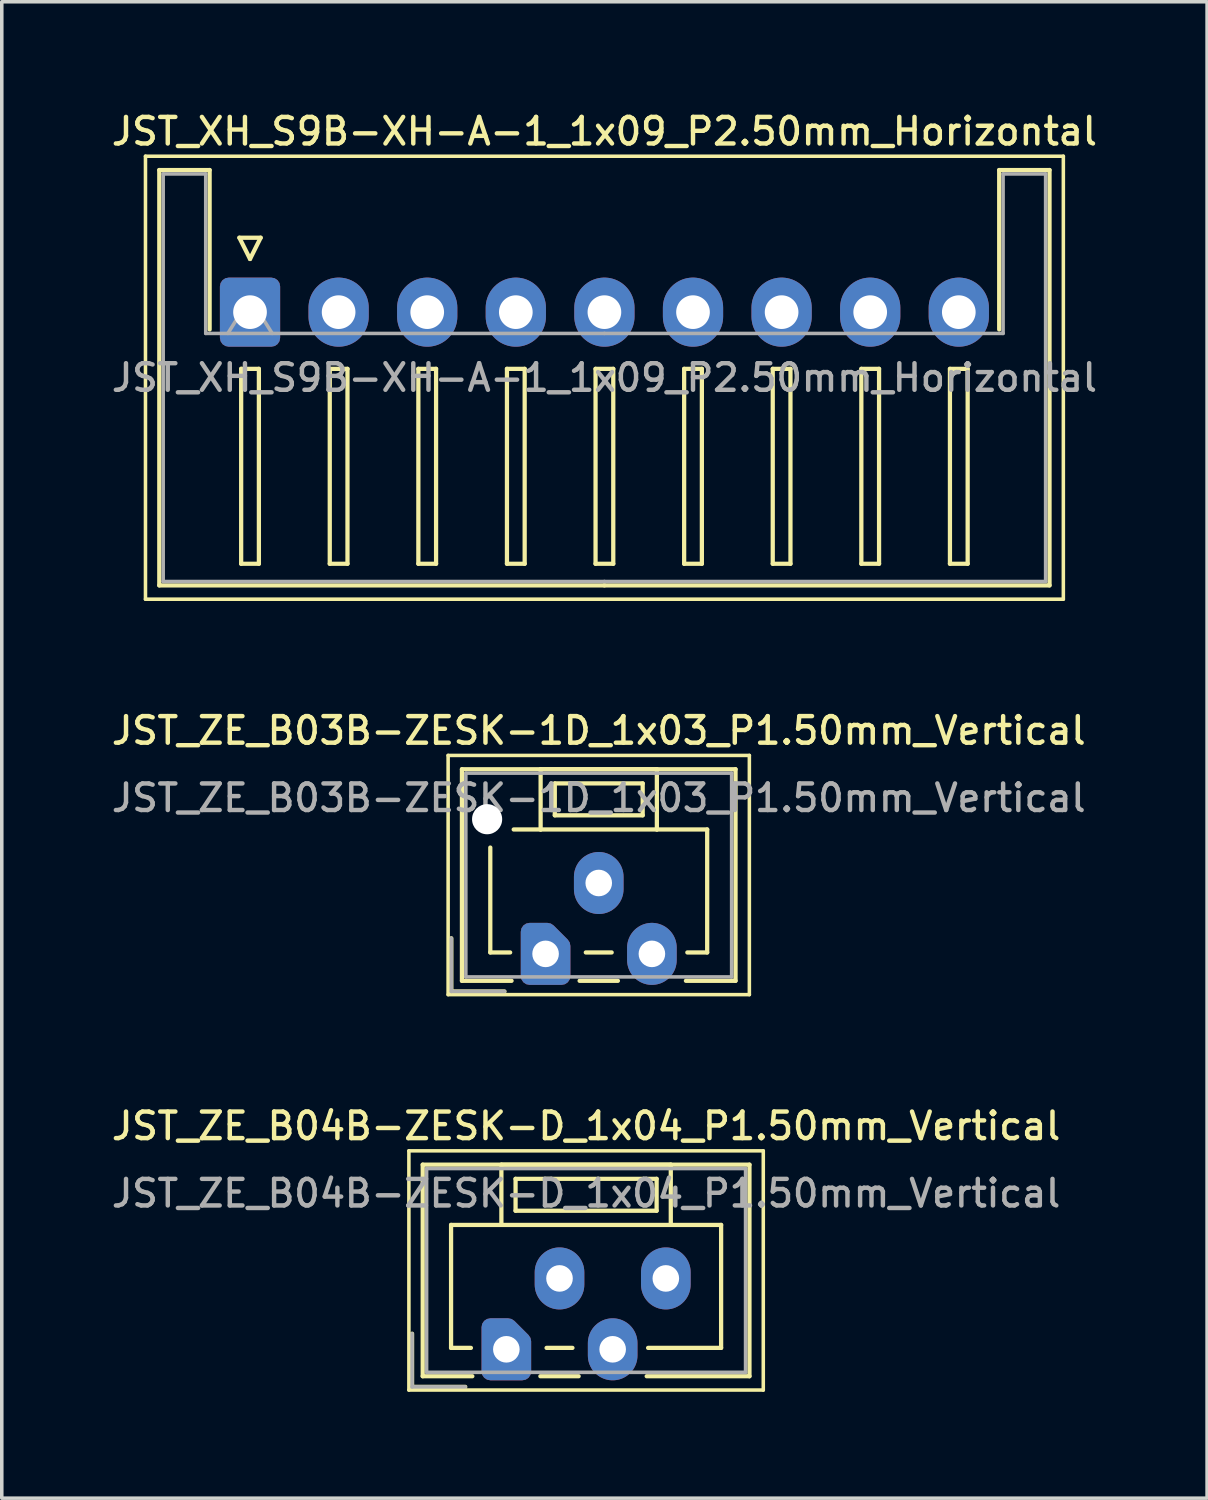
<source format=kicad_pcb>
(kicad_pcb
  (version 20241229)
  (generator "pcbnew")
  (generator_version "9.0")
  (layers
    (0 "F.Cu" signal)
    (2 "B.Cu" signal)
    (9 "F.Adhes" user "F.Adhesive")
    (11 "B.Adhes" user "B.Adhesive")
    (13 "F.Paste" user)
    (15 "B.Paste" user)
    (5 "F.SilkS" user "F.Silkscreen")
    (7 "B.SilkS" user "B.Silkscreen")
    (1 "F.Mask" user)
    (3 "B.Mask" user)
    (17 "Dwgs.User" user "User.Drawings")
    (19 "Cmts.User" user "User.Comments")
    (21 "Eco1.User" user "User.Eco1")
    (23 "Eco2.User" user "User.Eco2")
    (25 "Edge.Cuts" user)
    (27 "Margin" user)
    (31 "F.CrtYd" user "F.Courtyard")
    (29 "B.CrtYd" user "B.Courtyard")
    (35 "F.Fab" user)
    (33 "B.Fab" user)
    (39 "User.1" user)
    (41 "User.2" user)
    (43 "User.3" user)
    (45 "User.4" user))
  (footprint "JST_ZE_B03B-ZESK-1D_1x03_P1.50mm_Vertical"
    (layer "F.Cu")
    (at 12.345 23.866)
    (property "Reference" "JST_ZE_B03B-ZESK-1D_1x03_P1.50mm_Vertical" (at 1.5 -6.3 0) (layer "F.SilkS") (effects (font (size 0.75 0.75) (thickness 0.125))))
    (attr through_hole)
    (fp_line (start -2.75 -5.6) (end -2.75 1.15) (stroke (width 0.1) (type solid)) (layer "F.SilkS"))
    (fp_line (start -2.75 1.15) (end 5.75 1.15) (stroke (width 0.1) (type solid)) (layer "F.SilkS"))
    (fp_line (start -2.66 -0.44) (end -2.66 1.06) (stroke (width 0.12) (type solid)) (layer "F.SilkS"))
    (fp_line (start -2.66 1.06) (end -1.16 1.06) (stroke (width 0.12) (type solid)) (layer "F.SilkS"))
    (fp_line (start -2.36 -5.21) (end 5.36 -5.21) (stroke (width 0.12) (type solid)) (layer "F.SilkS"))
    (fp_line (start -2.36 0.76) (end -2.36 -5.21) (stroke (width 0.12) (type solid)) (layer "F.SilkS"))
    (fp_line (start -1.56 -3) (end -1.56 -0.04) (stroke (width 0.12) (type solid)) (layer "F.SilkS"))
    (fp_line (start -1.56 -0.04) (end -1 -0.04) (stroke (width 0.12) (type solid)) (layer "F.SilkS"))
    (fp_line (start -0.96 0.76) (end -2.36 0.76) (stroke (width 0.12) (type solid)) (layer "F.SilkS"))
    (fp_line (start -0.14 -5.21) (end -0.14 -3.51) (stroke (width 0.12) (type solid)) (layer "F.SilkS"))
    (fp_line (start -0.14 -3.51) (end -0.9 -3.51) (stroke (width 0.12) (type solid)) (layer "F.SilkS"))
    (fp_line (start -0.14 -3.51) (end 3.14 -3.51) (stroke (width 0.12) (type solid)) (layer "F.SilkS"))
    (fp_line (start 0.26 -4.81) (end 0.26 -3.91) (stroke (width 0.12) (type solid)) (layer "F.SilkS"))
    (fp_line (start 0.26 -3.91) (end 2.74 -3.91) (stroke (width 0.12) (type solid)) (layer "F.SilkS"))
    (fp_line (start 0.96 0.76) (end 2.04 0.76) (stroke (width 0.12) (type solid)) (layer "F.SilkS"))
    (fp_line (start 1.135 -0.04) (end 1.865 -0.04) (stroke (width 0.12) (type solid)) (layer "F.SilkS"))
    (fp_line (start 2.74 -4.81) (end 0.26 -4.81) (stroke (width 0.12) (type solid)) (layer "F.SilkS"))
    (fp_line (start 2.74 -3.91) (end 2.74 -4.81) (stroke (width 0.12) (type solid)) (layer "F.SilkS"))
    (fp_line (start 3.14 -5.21) (end -0.14 -5.21) (stroke (width 0.12) (type solid)) (layer "F.SilkS"))
    (fp_line (start 3.14 -3.51) (end 3.14 -5.21) (stroke (width 0.12) (type solid)) (layer "F.SilkS"))
    (fp_line (start 3.14 -3.51) (end 4.56 -3.51) (stroke (width 0.12) (type solid)) (layer "F.SilkS"))
    (fp_line (start 4.56 -3.51) (end 4.56 -0.04) (stroke (width 0.12) (type solid)) (layer "F.SilkS"))
    (fp_line (start 4.56 -0.04) (end 4 -0.04) (stroke (width 0.12) (type solid)) (layer "F.SilkS"))
    (fp_line (start 5.36 -5.21) (end 5.36 0.76) (stroke (width 0.12) (type solid)) (layer "F.SilkS"))
    (fp_line (start 5.36 0.76) (end 3.96 0.76) (stroke (width 0.12) (type solid)) (layer "F.SilkS"))
    (fp_line (start 5.75 -5.6) (end -2.75 -5.6) (stroke (width 0.1) (type solid)) (layer "F.SilkS"))
    (fp_line (start 5.75 1.15) (end 5.75 -5.6) (stroke (width 0.1) (type solid)) (layer "F.SilkS"))
    (fp_line (start -2.66 -0.44) (end -2.66 1.06) (stroke (width 0.1) (type solid)) (layer "F.Fab"))
    (fp_line (start -2.66 1.06) (end -1.16 1.06) (stroke (width 0.1) (type solid)) (layer "F.Fab"))
    (fp_line (start -2.25 -5.1) (end -2.25 0.65) (stroke (width 0.1) (type solid)) (layer "F.Fab"))
    (fp_line (start -2.25 0.65) (end 5.25 0.65) (stroke (width 0.1) (type solid)) (layer "F.Fab"))
    (fp_line (start 5.25 -5.1) (end -2.25 -5.1) (stroke (width 0.1) (type solid)) (layer "F.Fab"))
    (fp_line (start 5.25 0.65) (end 5.25 -5.1) (stroke (width 0.1) (type solid)) (layer "F.Fab"))
    (fp_text user "${REFERENCE}" (at 1.5 -4.4 0) (layer "F.Fab") (effects (font (size 0.75 0.75) (thickness 0.125))))
    (pad "" np_thru_hole circle (at -1.65 -3.8) (size 0.85 0.85) (drill 0.85) (layers "*.Cu" "*.Mask"))
    (pad "1" thru_hole custom (at 0 0) (size 1.117 1.117) (drill 0.75) (layers "*.Cu" "*.Mask") (options (anchor circle)) (primitives (gr_poly (pts (xy 0.45 -0.225) (xy 0.45 0.625) (xy -0.45 0.625) (xy -0.45 -0.625) (xy 0.05 -0.625)) (width 0.5) (fill yes))))
    (pad "2" thru_hole oval (at 1.5 -2) (size 1.4 1.75) (drill 0.75) (layers "*.Cu" "*.Mask"))
    (pad "3" thru_hole oval (at 3 0) (size 1.4 1.75) (drill 0.75) (layers "*.Cu" "*.Mask")))
  (footprint "JST_ZE_B04B-ZESK-D_1x04_P1.50mm_Vertical"
    (layer "F.Cu")
    (at 11.238 35.024)
    (property "Reference" "JST_ZE_B04B-ZESK-D_1x04_P1.50mm_Vertical" (at 2.25 -6.3 0) (layer "F.SilkS") (effects (font (size 0.75 0.75) (thickness 0.125))))
    (attr through_hole)
    (fp_line (start -2.75 -5.6) (end -2.75 1.15) (stroke (width 0.1) (type solid)) (layer "F.SilkS"))
    (fp_line (start -2.75 1.15) (end 7.25 1.15) (stroke (width 0.1) (type solid)) (layer "F.SilkS"))
    (fp_line (start -2.66 -0.44) (end -2.66 1.06) (stroke (width 0.12) (type solid)) (layer "F.SilkS"))
    (fp_line (start -2.66 1.06) (end -1.16 1.06) (stroke (width 0.12) (type solid)) (layer "F.SilkS"))
    (fp_line (start -2.36 -5.21) (end 6.86 -5.21) (stroke (width 0.12) (type solid)) (layer "F.SilkS"))
    (fp_line (start -2.36 0.76) (end -2.36 -5.21) (stroke (width 0.12) (type solid)) (layer "F.SilkS"))
    (fp_line (start -1.56 -3.51) (end -1.56 -0.04) (stroke (width 0.12) (type solid)) (layer "F.SilkS"))
    (fp_line (start -1.56 -0.04) (end -1 -0.04) (stroke (width 0.12) (type solid)) (layer "F.SilkS"))
    (fp_line (start -0.96 0.76) (end -2.36 0.76) (stroke (width 0.12) (type solid)) (layer "F.SilkS"))
    (fp_line (start -0.14 -5.21) (end -0.14 -3.51) (stroke (width 0.12) (type solid)) (layer "F.SilkS"))
    (fp_line (start -0.14 -3.51) (end -1.56 -3.51) (stroke (width 0.12) (type solid)) (layer "F.SilkS"))
    (fp_line (start -0.14 -3.51) (end 4.64 -3.51) (stroke (width 0.12) (type solid)) (layer "F.SilkS"))
    (fp_line (start 0.26 -4.81) (end 0.26 -3.91) (stroke (width 0.12) (type solid)) (layer "F.SilkS"))
    (fp_line (start 0.26 -3.91) (end 4.24 -3.91) (stroke (width 0.12) (type solid)) (layer "F.SilkS"))
    (fp_line (start 0.96 0.76) (end 2.04 0.76) (stroke (width 0.12) (type solid)) (layer "F.SilkS"))
    (fp_line (start 1.135 -0.04) (end 1.865 -0.04) (stroke (width 0.12) (type solid)) (layer "F.SilkS"))
    (fp_line (start 4.24 -4.81) (end 0.26 -4.81) (stroke (width 0.12) (type solid)) (layer "F.SilkS"))
    (fp_line (start 4.24 -3.91) (end 4.24 -4.81) (stroke (width 0.12) (type solid)) (layer "F.SilkS"))
    (fp_line (start 4.64 -5.21) (end -0.14 -5.21) (stroke (width 0.12) (type solid)) (layer "F.SilkS"))
    (fp_line (start 4.64 -3.51) (end 4.64 -5.21) (stroke (width 0.12) (type solid)) (layer "F.SilkS"))
    (fp_line (start 4.64 -3.51) (end 6.06 -3.51) (stroke (width 0.12) (type solid)) (layer "F.SilkS"))
    (fp_line (start 6.06 -3.51) (end 6.06 -0.04) (stroke (width 0.12) (type solid)) (layer "F.SilkS"))
    (fp_line (start 6.06 -0.04) (end 4 -0.04) (stroke (width 0.12) (type solid)) (layer "F.SilkS"))
    (fp_line (start 6.86 -5.21) (end 6.86 0.76) (stroke (width 0.12) (type solid)) (layer "F.SilkS"))
    (fp_line (start 6.86 0.76) (end 3.96 0.76) (stroke (width 0.12) (type solid)) (layer "F.SilkS"))
    (fp_line (start 7.25 -5.6) (end -2.75 -5.6) (stroke (width 0.1) (type solid)) (layer "F.SilkS"))
    (fp_line (start 7.25 1.15) (end 7.25 -5.6) (stroke (width 0.1) (type solid)) (layer "F.SilkS"))
    (fp_line (start -2.66 -0.44) (end -2.66 1.06) (stroke (width 0.1) (type solid)) (layer "F.Fab"))
    (fp_line (start -2.66 1.06) (end -1.16 1.06) (stroke (width 0.1) (type solid)) (layer "F.Fab"))
    (fp_line (start -2.25 -5.1) (end -2.25 0.65) (stroke (width 0.1) (type solid)) (layer "F.Fab"))
    (fp_line (start -2.25 0.65) (end 6.75 0.65) (stroke (width 0.1) (type solid)) (layer "F.Fab"))
    (fp_line (start 6.75 -5.1) (end -2.25 -5.1) (stroke (width 0.1) (type solid)) (layer "F.Fab"))
    (fp_line (start 6.75 0.65) (end 6.75 -5.1) (stroke (width 0.1) (type solid)) (layer "F.Fab"))
    (fp_text user "${REFERENCE}" (at 2.25 -4.4 0) (layer "F.Fab") (effects (font (size 0.75 0.75) (thickness 0.125))))
    (pad "1" thru_hole custom (at 0 0) (size 1.117 1.117) (drill 0.75) (layers "*.Cu" "*.Mask") (options (anchor circle)) (primitives (gr_poly (pts (xy 0.45 -0.225) (xy 0.45 0.625) (xy -0.45 0.625) (xy -0.45 -0.625) (xy 0.05 -0.625)) (width 0.5) (fill yes))))
    (pad "2" thru_hole oval (at 1.5 -2) (size 1.4 1.75) (drill 0.75) (layers "*.Cu" "*.Mask"))
    (pad "3" thru_hole oval (at 3 0) (size 1.4 1.75) (drill 0.75) (layers "*.Cu" "*.Mask"))
    (pad "4" thru_hole oval (at 4.5 -2) (size 1.4 1.75) (drill 0.75) (layers "*.Cu" "*.Mask")))
  (footprint "JST_XH_S9B-XH-A-1_1x09_P2.50mm_Horizontal"
    (layer "F.Cu")
    (at 4.005 5.758)
    (property "Reference" "JST_XH_S9B-XH-A-1_1x09_P2.50mm_Horizontal" (at 10 -5.1 0) (layer "F.SilkS") (effects (font (size 0.75 0.75) (thickness 0.125))))
    (attr through_hole)
    (fp_line (start -2.95 -4.4) (end -2.95 8.1) (stroke (width 0.1) (type solid)) (layer "F.SilkS"))
    (fp_line (start -2.95 8.1) (end 22.95 8.1) (stroke (width 0.1) (type solid)) (layer "F.SilkS"))
    (fp_line (start -2.56 -4.01) (end -1.14 -4.01) (stroke (width 0.12) (type solid)) (layer "F.SilkS"))
    (fp_line (start -2.56 7.71) (end -2.56 -4.01) (stroke (width 0.12) (type solid)) (layer "F.SilkS"))
    (fp_line (start -1.14 -4.01) (end -1.14 0.49) (stroke (width 0.12) (type solid)) (layer "F.SilkS"))
    (fp_line (start -0.3 -2.1) (end 0.3 -2.1) (stroke (width 0.12) (type solid)) (layer "F.SilkS"))
    (fp_line (start -0.25 1.6) (end -0.25 7.1) (stroke (width 0.12) (type solid)) (layer "F.SilkS"))
    (fp_line (start -0.25 7.1) (end 0.25 7.1) (stroke (width 0.12) (type solid)) (layer "F.SilkS"))
    (fp_line (start 0 -1.5) (end -0.3 -2.1) (stroke (width 0.12) (type solid)) (layer "F.SilkS"))
    (fp_line (start 0.25 1.6) (end -0.25 1.6) (stroke (width 0.12) (type solid)) (layer "F.SilkS"))
    (fp_line (start 0.25 7.1) (end 0.25 1.6) (stroke (width 0.12) (type solid)) (layer "F.SilkS"))
    (fp_line (start 0.3 -2.1) (end 0 -1.5) (stroke (width 0.12) (type solid)) (layer "F.SilkS"))
    (fp_line (start 2.25 1.6) (end 2.25 7.1) (stroke (width 0.12) (type solid)) (layer "F.SilkS"))
    (fp_line (start 2.25 7.1) (end 2.75 7.1) (stroke (width 0.12) (type solid)) (layer "F.SilkS"))
    (fp_line (start 2.75 1.6) (end 2.25 1.6) (stroke (width 0.12) (type solid)) (layer "F.SilkS"))
    (fp_line (start 2.75 7.1) (end 2.75 1.6) (stroke (width 0.12) (type solid)) (layer "F.SilkS"))
    (fp_line (start 4.75 1.6) (end 4.75 7.1) (stroke (width 0.12) (type solid)) (layer "F.SilkS"))
    (fp_line (start 4.75 7.1) (end 5.25 7.1) (stroke (width 0.12) (type solid)) (layer "F.SilkS"))
    (fp_line (start 5.25 1.6) (end 4.75 1.6) (stroke (width 0.12) (type solid)) (layer "F.SilkS"))
    (fp_line (start 5.25 7.1) (end 5.25 1.6) (stroke (width 0.12) (type solid)) (layer "F.SilkS"))
    (fp_line (start 7.25 1.6) (end 7.25 7.1) (stroke (width 0.12) (type solid)) (layer "F.SilkS"))
    (fp_line (start 7.25 7.1) (end 7.75 7.1) (stroke (width 0.12) (type solid)) (layer "F.SilkS"))
    (fp_line (start 7.75 1.6) (end 7.25 1.6) (stroke (width 0.12) (type solid)) (layer "F.SilkS"))
    (fp_line (start 7.75 7.1) (end 7.75 1.6) (stroke (width 0.12) (type solid)) (layer "F.SilkS"))
    (fp_line (start 9.75 1.6) (end 9.75 7.1) (stroke (width 0.12) (type solid)) (layer "F.SilkS"))
    (fp_line (start 9.75 7.1) (end 10.25 7.1) (stroke (width 0.12) (type solid)) (layer "F.SilkS"))
    (fp_line (start 10 7.71) (end -2.56 7.71) (stroke (width 0.12) (type solid)) (layer "F.SilkS"))
    (fp_line (start 10 7.71) (end 22.56 7.71) (stroke (width 0.12) (type solid)) (layer "F.SilkS"))
    (fp_line (start 10.25 1.6) (end 9.75 1.6) (stroke (width 0.12) (type solid)) (layer "F.SilkS"))
    (fp_line (start 10.25 7.1) (end 10.25 1.6) (stroke (width 0.12) (type solid)) (layer "F.SilkS"))
    (fp_line (start 12.25 1.6) (end 12.25 7.1) (stroke (width 0.12) (type solid)) (layer "F.SilkS"))
    (fp_line (start 12.25 7.1) (end 12.75 7.1) (stroke (width 0.12) (type solid)) (layer "F.SilkS"))
    (fp_line (start 12.75 1.6) (end 12.25 1.6) (stroke (width 0.12) (type solid)) (layer "F.SilkS"))
    (fp_line (start 12.75 7.1) (end 12.75 1.6) (stroke (width 0.12) (type solid)) (layer "F.SilkS"))
    (fp_line (start 14.75 1.6) (end 14.75 7.1) (stroke (width 0.12) (type solid)) (layer "F.SilkS"))
    (fp_line (start 14.75 7.1) (end 15.25 7.1) (stroke (width 0.12) (type solid)) (layer "F.SilkS"))
    (fp_line (start 15.25 1.6) (end 14.75 1.6) (stroke (width 0.12) (type solid)) (layer "F.SilkS"))
    (fp_line (start 15.25 7.1) (end 15.25 1.6) (stroke (width 0.12) (type solid)) (layer "F.SilkS"))
    (fp_line (start 17.25 1.6) (end 17.25 7.1) (stroke (width 0.12) (type solid)) (layer "F.SilkS"))
    (fp_line (start 17.25 7.1) (end 17.75 7.1) (stroke (width 0.12) (type solid)) (layer "F.SilkS"))
    (fp_line (start 17.75 1.6) (end 17.25 1.6) (stroke (width 0.12) (type solid)) (layer "F.SilkS"))
    (fp_line (start 17.75 7.1) (end 17.75 1.6) (stroke (width 0.12) (type solid)) (layer "F.SilkS"))
    (fp_line (start 19.75 1.6) (end 19.75 7.1) (stroke (width 0.12) (type solid)) (layer "F.SilkS"))
    (fp_line (start 19.75 7.1) (end 20.25 7.1) (stroke (width 0.12) (type solid)) (layer "F.SilkS"))
    (fp_line (start 20.25 1.6) (end 19.75 1.6) (stroke (width 0.12) (type solid)) (layer "F.SilkS"))
    (fp_line (start 20.25 7.1) (end 20.25 1.6) (stroke (width 0.12) (type solid)) (layer "F.SilkS"))
    (fp_line (start 21.14 -4.01) (end 21.14 0.49) (stroke (width 0.12) (type solid)) (layer "F.SilkS"))
    (fp_line (start 22.56 -4.01) (end 21.14 -4.01) (stroke (width 0.12) (type solid)) (layer "F.SilkS"))
    (fp_line (start 22.56 7.71) (end 22.56 -4.01) (stroke (width 0.12) (type solid)) (layer "F.SilkS"))
    (fp_line (start 22.95 -4.4) (end -2.95 -4.4) (stroke (width 0.1) (type solid)) (layer "F.SilkS"))
    (fp_line (start 22.95 8.1) (end 22.95 -4.4) (stroke (width 0.1) (type solid)) (layer "F.SilkS"))
    (fp_line (start -2.45 -3.9) (end -1.25 -3.9) (stroke (width 0.1) (type solid)) (layer "F.Fab"))
    (fp_line (start -2.45 7.6) (end -2.45 -3.9) (stroke (width 0.1) (type solid)) (layer "F.Fab"))
    (fp_line (start -1.25 -3.9) (end -1.25 0.6) (stroke (width 0.1) (type solid)) (layer "F.Fab"))
    (fp_line (start -1.25 0.6) (end 10 0.6) (stroke (width 0.1) (type solid)) (layer "F.Fab"))
    (fp_line (start -0.625 0.6) (end 0 -0.4) (stroke (width 0.1) (type solid)) (layer "F.Fab"))
    (fp_line (start 0 -0.4) (end 0.625 0.6) (stroke (width 0.1) (type solid)) (layer "F.Fab"))
    (fp_line (start 10 7.6) (end -2.45 7.6) (stroke (width 0.1) (type solid)) (layer "F.Fab"))
    (fp_line (start 10 7.6) (end 22.45 7.6) (stroke (width 0.1) (type solid)) (layer "F.Fab"))
    (fp_line (start 21.25 -3.9) (end 21.25 0.6) (stroke (width 0.1) (type solid)) (layer "F.Fab"))
    (fp_line (start 21.25 0.6) (end 10 0.6) (stroke (width 0.1) (type solid)) (layer "F.Fab"))
    (fp_line (start 22.45 -3.9) (end 21.25 -3.9) (stroke (width 0.1) (type solid)) (layer "F.Fab"))
    (fp_line (start 22.45 7.6) (end 22.45 -3.9) (stroke (width 0.1) (type solid)) (layer "F.Fab"))
    (fp_text user "${REFERENCE}" (at 10 1.85 0) (layer "F.Fab") (effects (font (size 0.75 0.75) (thickness 0.125))))
    (pad "1" thru_hole roundrect (at 0 0) (size 1.7 1.95) (drill 0.95) (layers "*.Cu" "*.Mask") (roundrect_rratio 0.147))
    (pad "2" thru_hole oval (at 2.5 0) (size 1.7 1.95) (drill 0.95) (layers "*.Cu" "*.Mask"))
    (pad "3" thru_hole oval (at 5 0) (size 1.7 1.95) (drill 0.95) (layers "*.Cu" "*.Mask"))
    (pad "4" thru_hole oval (at 7.5 0) (size 1.7 1.95) (drill 0.95) (layers "*.Cu" "*.Mask"))
    (pad "5" thru_hole oval (at 10 0) (size 1.7 1.95) (drill 0.95) (layers "*.Cu" "*.Mask"))
    (pad "6" thru_hole oval (at 12.5 0) (size 1.7 1.95) (drill 0.95) (layers "*.Cu" "*.Mask"))
    (pad "7" thru_hole oval (at 15 0) (size 1.7 1.95) (drill 0.95) (layers "*.Cu" "*.Mask"))
    (pad "8" thru_hole oval (at 17.5 0) (size 1.7 1.95) (drill 0.95) (layers "*.Cu" "*.Mask"))
    (pad "9" thru_hole oval (at 20 0) (size 1.7 1.95) (drill 0.95) (layers "*.Cu" "*.Mask")))
  (gr_rect
    (start -3 -3)
    (end 31.011 39.224)
    (stroke (width 0.1) (type default))
    (fill no)
    (layer "Edge.Cuts")))
</source>
